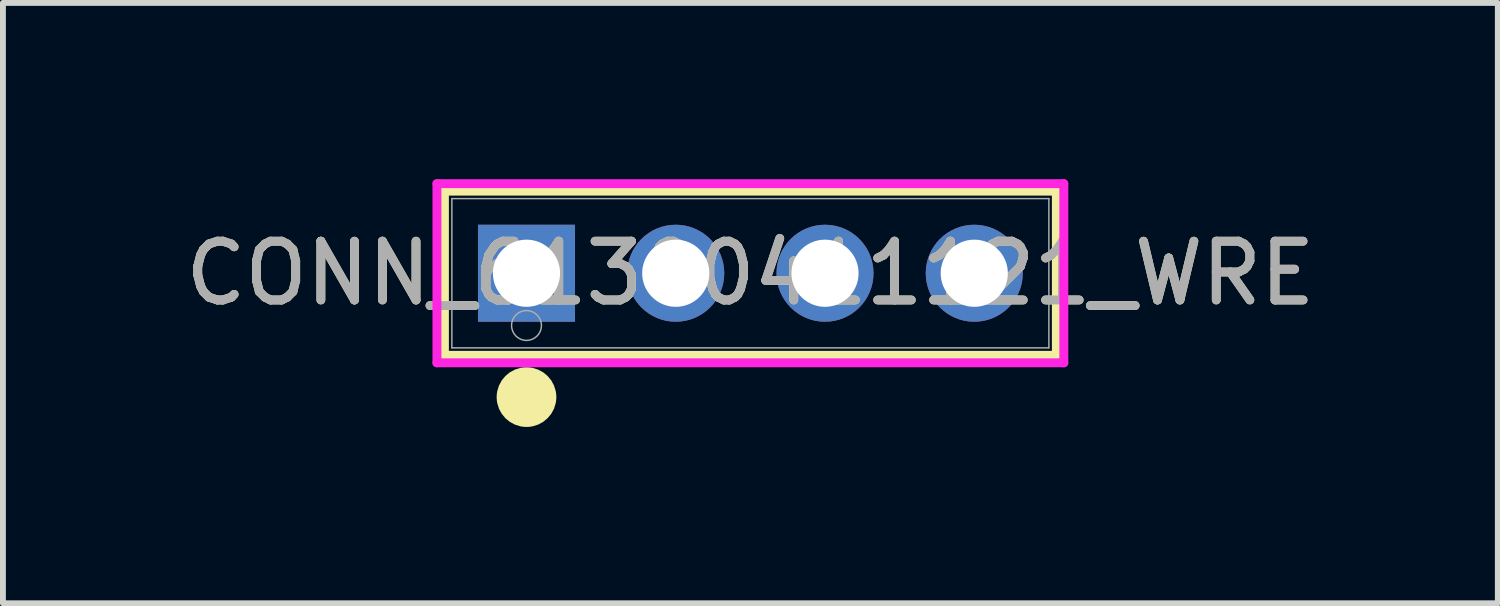
<source format=kicad_pcb>
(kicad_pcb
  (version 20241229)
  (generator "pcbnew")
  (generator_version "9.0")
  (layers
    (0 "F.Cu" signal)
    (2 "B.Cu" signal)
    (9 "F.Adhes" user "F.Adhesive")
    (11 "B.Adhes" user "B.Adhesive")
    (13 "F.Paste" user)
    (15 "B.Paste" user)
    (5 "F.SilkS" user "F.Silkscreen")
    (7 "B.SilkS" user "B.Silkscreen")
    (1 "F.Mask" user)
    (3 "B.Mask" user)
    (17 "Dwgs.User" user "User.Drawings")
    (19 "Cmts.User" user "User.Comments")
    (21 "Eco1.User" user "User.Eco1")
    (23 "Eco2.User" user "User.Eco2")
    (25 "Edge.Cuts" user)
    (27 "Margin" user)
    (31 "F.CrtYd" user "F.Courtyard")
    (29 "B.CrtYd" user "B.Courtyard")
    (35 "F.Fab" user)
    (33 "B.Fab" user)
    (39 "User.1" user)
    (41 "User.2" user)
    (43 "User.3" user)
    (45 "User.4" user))
  (footprint "CONN_61300411121_WRE"
    (layer "F.Cu")
    (at 5.91 1.6)
    (property "Reference" "CONN_61300411121_WRE" (at 3.81 0 0) (unlocked yes) (layer "F.SilkS") (effects (font (size 1 1) (thickness 0.15))))
    (attr through_hole)
    (fp_line (start -1.397 -1.397) (end -1.397 1.397) (stroke (width 0.152) (type solid)) (layer "F.SilkS"))
    (fp_line (start -1.397 1.397) (end 9.017 1.397) (stroke (width 0.152) (type solid)) (layer "F.SilkS"))
    (fp_line (start 9.017 -1.397) (end -1.397 -1.397) (stroke (width 0.152) (type solid)) (layer "F.SilkS"))
    (fp_line (start 9.017 1.397) (end 9.017 -1.397) (stroke (width 0.152) (type solid)) (layer "F.SilkS"))
    (fp_circle (center 0 2.108) (end 0.254 2.108) (stroke (width 0.508) (type solid)) (fill no) (layer "F.SilkS"))
    (fp_line (start -1.524 -1.524) (end -1.524 1.524) (stroke (width 0.152) (type solid)) (layer "F.CrtYd"))
    (fp_line (start -1.524 1.524) (end 9.144 1.524) (stroke (width 0.152) (type solid)) (layer "F.CrtYd"))
    (fp_line (start 9.144 -1.524) (end -1.524 -1.524) (stroke (width 0.152) (type solid)) (layer "F.CrtYd"))
    (fp_line (start 9.144 1.524) (end 9.144 -1.524) (stroke (width 0.152) (type solid)) (layer "F.CrtYd"))
    (fp_line (start -1.27 -1.27) (end -1.27 1.27) (stroke (width 0.025) (type solid)) (layer "F.Fab"))
    (fp_line (start -1.27 1.27) (end 8.89 1.27) (stroke (width 0.025) (type solid)) (layer "F.Fab"))
    (fp_line (start 8.89 -1.27) (end -1.27 -1.27) (stroke (width 0.025) (type solid)) (layer "F.Fab"))
    (fp_line (start 8.89 1.27) (end 8.89 -1.27) (stroke (width 0.025) (type solid)) (layer "F.Fab"))
    (fp_circle (center 0 0.889) (end 0.254 0.889) (stroke (width 0.025) (type solid)) (fill no) (layer "F.Fab"))
    (fp_text user "${REFERENCE}" (at 3.81 0 0) (unlocked yes) (layer "F.Fab") (effects (font (size 1 1) (thickness 0.15))))
    (pad "1" thru_hole rect (at 0 0) (size 1.651 1.651) (drill 1.143) (layers "*.Cu" "*.Mask"))
    (pad "2" thru_hole circle (at 2.54 0) (size 1.651 1.651) (drill 1.143) (layers "*.Cu" "*.Mask"))
    (pad "3" thru_hole circle (at 5.08 0) (size 1.651 1.651) (drill 1.143) (layers "*.Cu" "*.Mask"))
    (pad "4" thru_hole circle (at 7.62 0) (size 1.651 1.651) (drill 1.143) (layers "*.Cu" "*.Mask")))
  (gr_rect
    (start -3 -3)
    (end 22.44 7.216)
    (stroke (width 0.1) (type default))
    (fill no)
    (layer "Edge.Cuts")))
</source>
